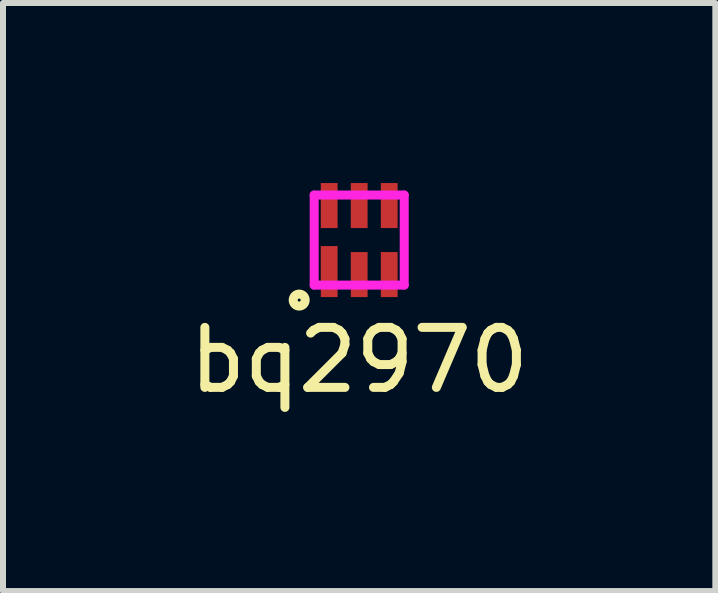
<source format=kicad_pcb>
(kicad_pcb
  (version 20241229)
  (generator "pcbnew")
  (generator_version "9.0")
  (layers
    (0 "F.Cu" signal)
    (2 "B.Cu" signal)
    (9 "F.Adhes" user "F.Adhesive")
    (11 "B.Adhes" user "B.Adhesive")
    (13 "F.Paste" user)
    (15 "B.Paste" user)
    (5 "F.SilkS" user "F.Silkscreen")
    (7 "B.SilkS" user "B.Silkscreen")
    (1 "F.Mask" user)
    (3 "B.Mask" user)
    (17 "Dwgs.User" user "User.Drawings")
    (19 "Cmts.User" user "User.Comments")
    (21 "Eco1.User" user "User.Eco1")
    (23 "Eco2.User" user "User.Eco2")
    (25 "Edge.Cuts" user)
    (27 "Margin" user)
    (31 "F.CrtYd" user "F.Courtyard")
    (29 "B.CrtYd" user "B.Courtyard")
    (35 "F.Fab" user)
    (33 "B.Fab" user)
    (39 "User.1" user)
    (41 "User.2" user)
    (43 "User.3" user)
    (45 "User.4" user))
  (footprint "bq2970"
    (layer "F.Cu")
    (at 2.935 0.95)
    (property "Reference" "bq2970" (at 0 2 0) (layer "F.SilkS") (effects (font (size 1 1) (thickness 0.15))))
    (attr through_hole)
    (fp_circle (center -1 1) (end -1 0.9) (stroke (width 0.15) (type solid)) (fill no) (layer "F.SilkS"))
    (fp_line (start -0.75 -0.75) (end 0.75 -0.75) (stroke (width 0.15) (type solid)) (layer "F.CrtYd"))
    (fp_line (start -0.75 0.75) (end -0.75 -0.75) (stroke (width 0.15) (type solid)) (layer "F.CrtYd"))
    (fp_line (start 0.75 -0.75) (end 0.75 0.75) (stroke (width 0.15) (type solid)) (layer "F.CrtYd"))
    (fp_line (start 0.75 0.75) (end -0.75 0.75) (stroke (width 0.15) (type solid)) (layer "F.CrtYd"))
    (pad "1" smd rect (at -0.5 0.525) (size 0.28 0.85) (layers "F.Cu" "F.Mask" "F.Paste"))
    (pad "2" smd rect (at 0 0.575) (size 0.28 0.75) (layers "F.Cu" "F.Mask" "F.Paste"))
    (pad "3" smd rect (at 0.5 0.575) (size 0.28 0.75) (layers "F.Cu" "F.Mask" "F.Paste"))
    (pad "4" smd rect (at 0.5 -0.575) (size 0.28 0.75) (layers "F.Cu" "F.Mask" "F.Paste"))
    (pad "5" smd rect (at 0 -0.575) (size 0.28 0.75) (layers "F.Cu" "F.Mask" "F.Paste"))
    (pad "6" smd rect (at -0.5 -0.575) (size 0.28 0.75) (layers "F.Cu" "F.Mask" "F.Paste")))
  (gr_rect
    (start -3 -3)
    (end 8.869 6.798)
    (stroke (width 0.1) (type default))
    (fill no)
    (layer "Edge.Cuts")))
</source>
